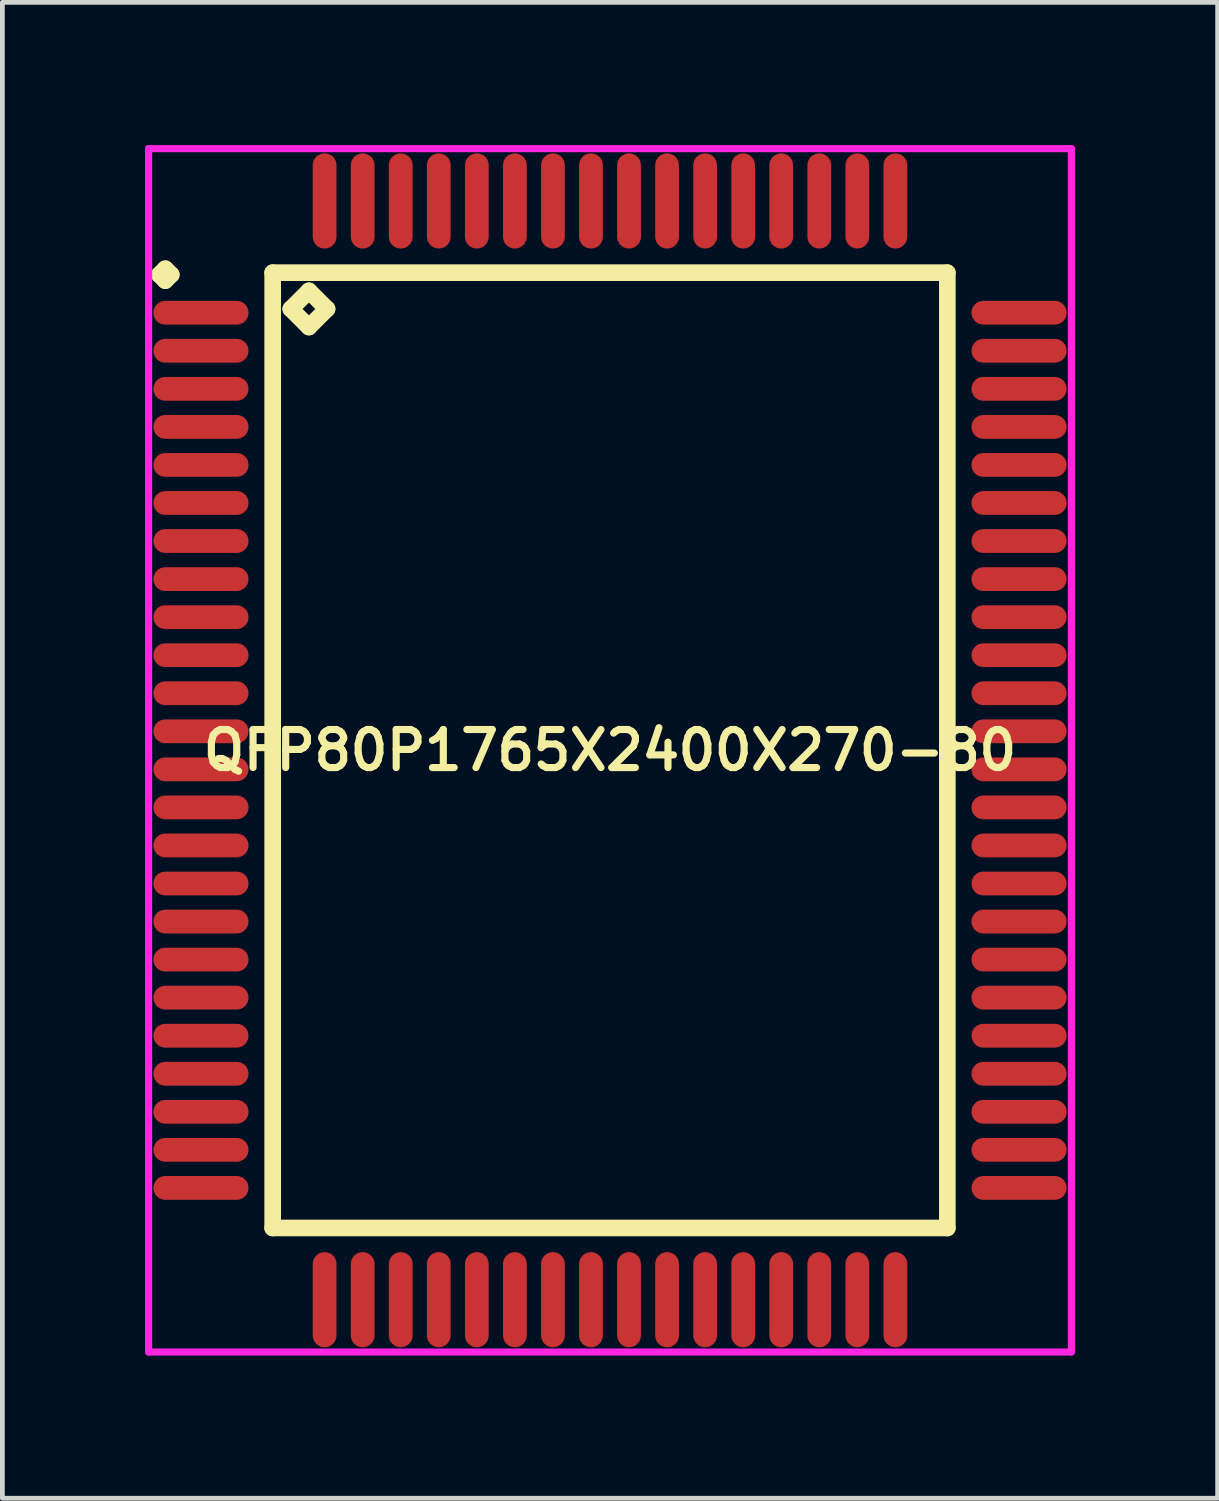
<source format=kicad_pcb>
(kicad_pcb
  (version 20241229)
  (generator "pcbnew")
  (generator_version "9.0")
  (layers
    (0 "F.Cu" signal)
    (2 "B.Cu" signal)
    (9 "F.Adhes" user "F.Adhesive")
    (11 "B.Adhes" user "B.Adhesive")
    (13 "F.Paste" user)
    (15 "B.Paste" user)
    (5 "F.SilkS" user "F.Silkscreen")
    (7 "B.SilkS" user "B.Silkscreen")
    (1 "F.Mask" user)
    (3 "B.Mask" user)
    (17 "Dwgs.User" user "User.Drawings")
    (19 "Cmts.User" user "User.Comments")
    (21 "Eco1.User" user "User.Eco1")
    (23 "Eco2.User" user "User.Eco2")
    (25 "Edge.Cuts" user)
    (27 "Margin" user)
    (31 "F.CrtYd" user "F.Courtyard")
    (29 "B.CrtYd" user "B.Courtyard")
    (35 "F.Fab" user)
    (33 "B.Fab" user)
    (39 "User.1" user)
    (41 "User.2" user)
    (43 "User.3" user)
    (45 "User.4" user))
  (footprint "QFP80P1765X2400X270-80"
    (layer "F.Cu")
    (at 9.775 12.725)
    (property "Reference" "QFP80P1765X2400X270-80" (at 0 0 0) (layer "F.SilkS") (effects (font (size 0.8 0.8) (thickness 0.15))))
    (attr smd)
    (fp_line (start -9.475 -10) (end -9.35 -10.125) (stroke (width 0.35) (type solid)) (layer "F.SilkS"))
    (fp_line (start -9.35 -10.125) (end -9.225 -10) (stroke (width 0.35) (type solid)) (layer "F.SilkS"))
    (fp_line (start -9.35 -9.875) (end -9.475 -10) (stroke (width 0.35) (type solid)) (layer "F.SilkS"))
    (fp_line (start -9.225 -10) (end -9.35 -9.875) (stroke (width 0.35) (type solid)) (layer "F.SilkS"))
    (fp_line (start -7.092 -10.042) (end -7.092 10.042) (stroke (width 0.35) (type solid)) (layer "F.SilkS"))
    (fp_line (start -7.092 10.042) (end 7.092 10.042) (stroke (width 0.35) (type solid)) (layer "F.SilkS"))
    (fp_line (start -6.711 -9.28) (end -6.33 -9.661) (stroke (width 0.35) (type solid)) (layer "F.SilkS"))
    (fp_line (start -6.33 -9.661) (end -5.949 -9.28) (stroke (width 0.35) (type solid)) (layer "F.SilkS"))
    (fp_line (start -6.33 -8.899) (end -6.711 -9.28) (stroke (width 0.35) (type solid)) (layer "F.SilkS"))
    (fp_line (start -5.949 -9.28) (end -6.33 -8.899) (stroke (width 0.35) (type solid)) (layer "F.SilkS"))
    (fp_line (start 7.092 -10.042) (end -7.092 -10.042) (stroke (width 0.35) (type solid)) (layer "F.SilkS"))
    (fp_line (start 7.092 10.042) (end 7.092 -10.042) (stroke (width 0.35) (type solid)) (layer "F.SilkS"))
    (fp_line (start -9.7 -12.65) (end 9.7 -12.65) (stroke (width 0.15) (type solid)) (layer "F.CrtYd"))
    (fp_line (start -9.7 12.65) (end -9.7 -12.65) (stroke (width 0.15) (type solid)) (layer "F.CrtYd"))
    (fp_line (start 9.7 -12.65) (end 9.7 12.65) (stroke (width 0.15) (type solid)) (layer "F.CrtYd"))
    (fp_line (start 9.7 12.65) (end -9.7 12.65) (stroke (width 0.15) (type solid)) (layer "F.CrtYd"))
    (pad "1" smd oval (at -8.6 -9.2) (size 2 0.5) (layers "F.Cu" "F.Mask" "F.Paste"))
    (pad "2" smd oval (at -8.6 -8.4) (size 2 0.5) (layers "F.Cu" "F.Mask" "F.Paste"))
    (pad "3" smd oval (at -8.6 -7.6) (size 2 0.5) (layers "F.Cu" "F.Mask" "F.Paste"))
    (pad "4" smd oval (at -8.6 -6.8) (size 2 0.5) (layers "F.Cu" "F.Mask" "F.Paste"))
    (pad "5" smd oval (at -8.6 -6) (size 2 0.5) (layers "F.Cu" "F.Mask" "F.Paste"))
    (pad "6" smd oval (at -8.6 -5.2) (size 2 0.5) (layers "F.Cu" "F.Mask" "F.Paste"))
    (pad "7" smd oval (at -8.6 -4.4) (size 2 0.5) (layers "F.Cu" "F.Mask" "F.Paste"))
    (pad "8" smd oval (at -8.6 -3.6) (size 2 0.5) (layers "F.Cu" "F.Mask" "F.Paste"))
    (pad "9" smd oval (at -8.6 -2.8) (size 2 0.5) (layers "F.Cu" "F.Mask" "F.Paste"))
    (pad "10" smd oval (at -8.6 -2) (size 2 0.5) (layers "F.Cu" "F.Mask" "F.Paste"))
    (pad "11" smd oval (at -8.6 -1.2) (size 2 0.5) (layers "F.Cu" "F.Mask" "F.Paste"))
    (pad "12" smd oval (at -8.6 -0.4) (size 2 0.5) (layers "F.Cu" "F.Mask" "F.Paste"))
    (pad "13" smd oval (at -8.6 0.4) (size 2 0.5) (layers "F.Cu" "F.Mask" "F.Paste"))
    (pad "14" smd oval (at -8.6 1.2) (size 2 0.5) (layers "F.Cu" "F.Mask" "F.Paste"))
    (pad "15" smd oval (at -8.6 2) (size 2 0.5) (layers "F.Cu" "F.Mask" "F.Paste"))
    (pad "16" smd oval (at -8.6 2.8) (size 2 0.5) (layers "F.Cu" "F.Mask" "F.Paste"))
    (pad "17" smd oval (at -8.6 3.6) (size 2 0.5) (layers "F.Cu" "F.Mask" "F.Paste"))
    (pad "18" smd oval (at -8.6 4.4) (size 2 0.5) (layers "F.Cu" "F.Mask" "F.Paste"))
    (pad "19" smd oval (at -8.6 5.2) (size 2 0.5) (layers "F.Cu" "F.Mask" "F.Paste"))
    (pad "20" smd oval (at -8.6 6) (size 2 0.5) (layers "F.Cu" "F.Mask" "F.Paste"))
    (pad "21" smd oval (at -8.6 6.8) (size 2 0.5) (layers "F.Cu" "F.Mask" "F.Paste"))
    (pad "22" smd oval (at -8.6 7.6) (size 2 0.5) (layers "F.Cu" "F.Mask" "F.Paste"))
    (pad "23" smd oval (at -8.6 8.4) (size 2 0.5) (layers "F.Cu" "F.Mask" "F.Paste"))
    (pad "24" smd oval (at -8.6 9.2) (size 2 0.5) (layers "F.Cu" "F.Mask" "F.Paste"))
    (pad "25" smd oval (at -6 11.55) (size 0.5 2) (layers "F.Cu" "F.Mask" "F.Paste"))
    (pad "26" smd oval (at -5.2 11.55) (size 0.5 2) (layers "F.Cu" "F.Mask" "F.Paste"))
    (pad "27" smd oval (at -4.4 11.55) (size 0.5 2) (layers "F.Cu" "F.Mask" "F.Paste"))
    (pad "28" smd oval (at -3.6 11.55) (size 0.5 2) (layers "F.Cu" "F.Mask" "F.Paste"))
    (pad "29" smd oval (at -2.8 11.55) (size 0.5 2) (layers "F.Cu" "F.Mask" "F.Paste"))
    (pad "30" smd oval (at -2 11.55) (size 0.5 2) (layers "F.Cu" "F.Mask" "F.Paste"))
    (pad "31" smd oval (at -1.2 11.55) (size 0.5 2) (layers "F.Cu" "F.Mask" "F.Paste"))
    (pad "32" smd oval (at -0.4 11.55) (size 0.5 2) (layers "F.Cu" "F.Mask" "F.Paste"))
    (pad "33" smd oval (at 0.4 11.55) (size 0.5 2) (layers "F.Cu" "F.Mask" "F.Paste"))
    (pad "34" smd oval (at 1.2 11.55) (size 0.5 2) (layers "F.Cu" "F.Mask" "F.Paste"))
    (pad "35" smd oval (at 2 11.55) (size 0.5 2) (layers "F.Cu" "F.Mask" "F.Paste"))
    (pad "36" smd oval (at 2.8 11.55) (size 0.5 2) (layers "F.Cu" "F.Mask" "F.Paste"))
    (pad "37" smd oval (at 3.6 11.55) (size 0.5 2) (layers "F.Cu" "F.Mask" "F.Paste"))
    (pad "38" smd oval (at 4.4 11.55) (size 0.5 2) (layers "F.Cu" "F.Mask" "F.Paste"))
    (pad "39" smd oval (at 5.2 11.55) (size 0.5 2) (layers "F.Cu" "F.Mask" "F.Paste"))
    (pad "40" smd oval (at 6 11.55) (size 0.5 2) (layers "F.Cu" "F.Mask" "F.Paste"))
    (pad "41" smd oval (at 8.6 9.2) (size 2 0.5) (layers "F.Cu" "F.Mask" "F.Paste"))
    (pad "42" smd oval (at 8.6 8.4) (size 2 0.5) (layers "F.Cu" "F.Mask" "F.Paste"))
    (pad "43" smd oval (at 8.6 7.6) (size 2 0.5) (layers "F.Cu" "F.Mask" "F.Paste"))
    (pad "44" smd oval (at 8.6 6.8) (size 2 0.5) (layers "F.Cu" "F.Mask" "F.Paste"))
    (pad "45" smd oval (at 8.6 6) (size 2 0.5) (layers "F.Cu" "F.Mask" "F.Paste"))
    (pad "46" smd oval (at 8.6 5.2) (size 2 0.5) (layers "F.Cu" "F.Mask" "F.Paste"))
    (pad "47" smd oval (at 8.6 4.4) (size 2 0.5) (layers "F.Cu" "F.Mask" "F.Paste"))
    (pad "48" smd oval (at 8.6 3.6) (size 2 0.5) (layers "F.Cu" "F.Mask" "F.Paste"))
    (pad "49" smd oval (at 8.6 2.8) (size 2 0.5) (layers "F.Cu" "F.Mask" "F.Paste"))
    (pad "50" smd oval (at 8.6 2) (size 2 0.5) (layers "F.Cu" "F.Mask" "F.Paste"))
    (pad "51" smd oval (at 8.6 1.2) (size 2 0.5) (layers "F.Cu" "F.Mask" "F.Paste"))
    (pad "52" smd oval (at 8.6 0.4) (size 2 0.5) (layers "F.Cu" "F.Mask" "F.Paste"))
    (pad "53" smd oval (at 8.6 -0.4) (size 2 0.5) (layers "F.Cu" "F.Mask" "F.Paste"))
    (pad "54" smd oval (at 8.6 -1.2) (size 2 0.5) (layers "F.Cu" "F.Mask" "F.Paste"))
    (pad "55" smd oval (at 8.6 -2) (size 2 0.5) (layers "F.Cu" "F.Mask" "F.Paste"))
    (pad "56" smd oval (at 8.6 -2.8) (size 2 0.5) (layers "F.Cu" "F.Mask" "F.Paste"))
    (pad "57" smd oval (at 8.6 -3.6) (size 2 0.5) (layers "F.Cu" "F.Mask" "F.Paste"))
    (pad "58" smd oval (at 8.6 -4.4) (size 2 0.5) (layers "F.Cu" "F.Mask" "F.Paste"))
    (pad "59" smd oval (at 8.6 -5.2) (size 2 0.5) (layers "F.Cu" "F.Mask" "F.Paste"))
    (pad "60" smd oval (at 8.6 -6) (size 2 0.5) (layers "F.Cu" "F.Mask" "F.Paste"))
    (pad "61" smd oval (at 8.6 -6.8) (size 2 0.5) (layers "F.Cu" "F.Mask" "F.Paste"))
    (pad "62" smd oval (at 8.6 -7.6) (size 2 0.5) (layers "F.Cu" "F.Mask" "F.Paste"))
    (pad "63" smd oval (at 8.6 -8.4) (size 2 0.5) (layers "F.Cu" "F.Mask" "F.Paste"))
    (pad "64" smd oval (at 8.6 -9.2) (size 2 0.5) (layers "F.Cu" "F.Mask" "F.Paste"))
    (pad "65" smd oval (at 6 -11.55) (size 0.5 2) (layers "F.Cu" "F.Mask" "F.Paste"))
    (pad "66" smd oval (at 5.2 -11.55) (size 0.5 2) (layers "F.Cu" "F.Mask" "F.Paste"))
    (pad "67" smd oval (at 4.4 -11.55) (size 0.5 2) (layers "F.Cu" "F.Mask" "F.Paste"))
    (pad "68" smd oval (at 3.6 -11.55) (size 0.5 2) (layers "F.Cu" "F.Mask" "F.Paste"))
    (pad "69" smd oval (at 2.8 -11.55) (size 0.5 2) (layers "F.Cu" "F.Mask" "F.Paste"))
    (pad "70" smd oval (at 2 -11.55) (size 0.5 2) (layers "F.Cu" "F.Mask" "F.Paste"))
    (pad "71" smd oval (at 1.2 -11.55) (size 0.5 2) (layers "F.Cu" "F.Mask" "F.Paste"))
    (pad "72" smd oval (at 0.4 -11.55) (size 0.5 2) (layers "F.Cu" "F.Mask" "F.Paste"))
    (pad "73" smd oval (at -0.4 -11.55) (size 0.5 2) (layers "F.Cu" "F.Mask" "F.Paste"))
    (pad "74" smd oval (at -1.2 -11.55) (size 0.5 2) (layers "F.Cu" "F.Mask" "F.Paste"))
    (pad "75" smd oval (at -2 -11.55) (size 0.5 2) (layers "F.Cu" "F.Mask" "F.Paste"))
    (pad "76" smd oval (at -2.8 -11.55) (size 0.5 2) (layers "F.Cu" "F.Mask" "F.Paste"))
    (pad "77" smd oval (at -3.6 -11.55) (size 0.5 2) (layers "F.Cu" "F.Mask" "F.Paste"))
    (pad "78" smd oval (at -4.4 -11.55) (size 0.5 2) (layers "F.Cu" "F.Mask" "F.Paste"))
    (pad "79" smd oval (at -5.2 -11.55) (size 0.5 2) (layers "F.Cu" "F.Mask" "F.Paste"))
    (pad "80" smd oval (at -6 -11.55) (size 0.5 2) (layers "F.Cu" "F.Mask" "F.Paste")))
  (gr_rect
    (start -3 -3)
    (end 22.55 28.45)
    (stroke (width 0.1) (type default))
    (fill no)
    (layer "Edge.Cuts")))
</source>
